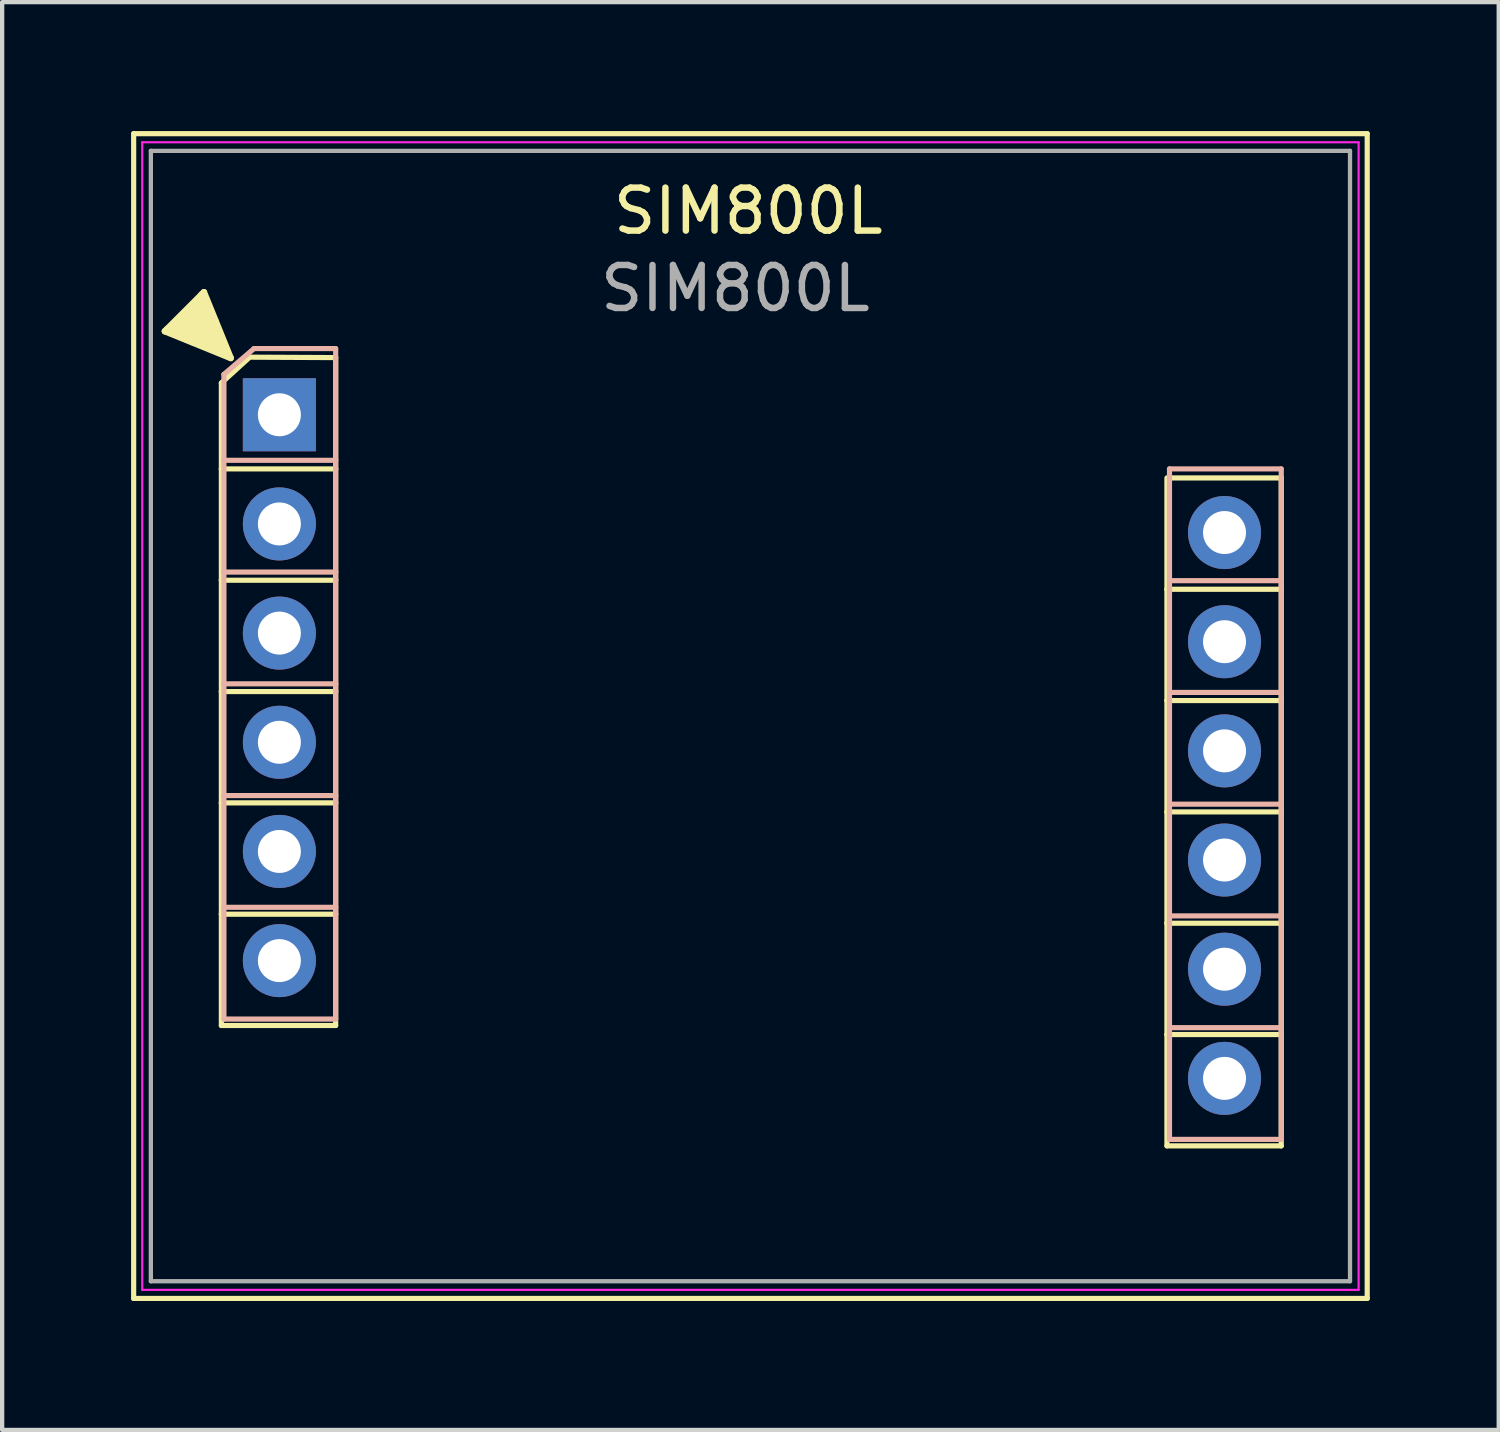
<source format=kicad_pcb>
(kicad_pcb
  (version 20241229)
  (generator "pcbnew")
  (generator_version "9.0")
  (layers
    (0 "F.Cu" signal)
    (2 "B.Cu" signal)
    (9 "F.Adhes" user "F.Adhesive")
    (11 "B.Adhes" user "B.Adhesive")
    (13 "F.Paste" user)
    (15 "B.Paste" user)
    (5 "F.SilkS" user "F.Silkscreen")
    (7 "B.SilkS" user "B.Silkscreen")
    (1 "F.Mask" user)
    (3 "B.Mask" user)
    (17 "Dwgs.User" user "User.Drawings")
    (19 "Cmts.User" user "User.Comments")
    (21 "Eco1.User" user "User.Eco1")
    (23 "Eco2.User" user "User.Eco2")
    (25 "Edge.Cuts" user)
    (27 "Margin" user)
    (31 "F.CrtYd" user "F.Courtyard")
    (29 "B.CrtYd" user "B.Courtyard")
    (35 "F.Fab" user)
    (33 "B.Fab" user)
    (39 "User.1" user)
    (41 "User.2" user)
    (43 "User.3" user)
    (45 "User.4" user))
  (footprint "SIM800L"
    (layer "F.Cu")
    (at 7.76 3.96)
    (property "Reference" "SIM800L" (at 6.6 -2.1 0) (layer "F.SilkS") (effects (font (size 1 1) (thickness 0.15))))
    (attr through_hole)
    (fp_line (start -7.7 -3.9) (end -7.7 23.2) (stroke (width 0.12) (type solid)) (layer "F.SilkS"))
    (fp_line (start -7.7 23.2) (end 21 23.2) (stroke (width 0.12) (type solid)) (layer "F.SilkS"))
    (fp_line (start -5.66 3.9) (end -5.66 1.9) (stroke (width 0.12) (type solid)) (layer "F.SilkS"))
    (fp_line (start -5.66 3.9) (end -3 3.9) (stroke (width 0.12) (type solid)) (layer "F.SilkS"))
    (fp_line (start -5.66 6.49) (end -5.66 3.9) (stroke (width 0.12) (type solid)) (layer "F.SilkS"))
    (fp_line (start -5.66 6.49) (end -3 6.49) (stroke (width 0.12) (type solid)) (layer "F.SilkS"))
    (fp_line (start -5.66 9.08) (end -5.66 6.49) (stroke (width 0.12) (type solid)) (layer "F.SilkS"))
    (fp_line (start -5.66 9.08) (end -3 9.08) (stroke (width 0.12) (type solid)) (layer "F.SilkS"))
    (fp_line (start -5.66 11.67) (end -5.66 9.08) (stroke (width 0.12) (type solid)) (layer "F.SilkS"))
    (fp_line (start -5.66 11.67) (end -3 11.67) (stroke (width 0.12) (type solid)) (layer "F.SilkS"))
    (fp_line (start -5.66 14.26) (end -5.66 11.67) (stroke (width 0.12) (type solid)) (layer "F.SilkS"))
    (fp_line (start -5.66 14.26) (end -3 14.26) (stroke (width 0.12) (type solid)) (layer "F.SilkS"))
    (fp_line (start -5.66 16.85) (end -5.66 14.26) (stroke (width 0.12) (type solid)) (layer "F.SilkS"))
    (fp_line (start -5.66 16.85) (end -3 16.85) (stroke (width 0.12) (type solid)) (layer "F.SilkS"))
    (fp_line (start -5 1.3) (end -5.66 1.9) (stroke (width 0.12) (type solid)) (layer "F.SilkS"))
    (fp_line (start -5 1.3) (end -3 1.31) (stroke (width 0.12) (type solid)) (layer "F.SilkS"))
    (fp_line (start -3 3.9) (end -3 1.3) (stroke (width 0.12) (type solid)) (layer "F.SilkS"))
    (fp_line (start -3 6.49) (end -3 3.89) (stroke (width 0.12) (type solid)) (layer "F.SilkS"))
    (fp_line (start -3 9.08) (end -3 6.48) (stroke (width 0.12) (type solid)) (layer "F.SilkS"))
    (fp_line (start -3 11.67) (end -3 9.07) (stroke (width 0.12) (type solid)) (layer "F.SilkS"))
    (fp_line (start -3 14.26) (end -3 11.66) (stroke (width 0.12) (type solid)) (layer "F.SilkS"))
    (fp_line (start -3 16.85) (end -3 14.25) (stroke (width 0.12) (type solid)) (layer "F.SilkS"))
    (fp_line (start 16.34 6.7) (end 16.34 4.11) (stroke (width 0.12) (type solid)) (layer "F.SilkS"))
    (fp_line (start 16.34 6.7) (end 19 6.7) (stroke (width 0.12) (type solid)) (layer "F.SilkS"))
    (fp_line (start 16.34 9.29) (end 16.34 6.7) (stroke (width 0.12) (type solid)) (layer "F.SilkS"))
    (fp_line (start 16.34 9.29) (end 19 9.29) (stroke (width 0.12) (type solid)) (layer "F.SilkS"))
    (fp_line (start 16.34 11.88) (end 16.34 9.29) (stroke (width 0.12) (type solid)) (layer "F.SilkS"))
    (fp_line (start 16.34 11.88) (end 19 11.88) (stroke (width 0.12) (type solid)) (layer "F.SilkS"))
    (fp_line (start 16.34 14.47) (end 16.34 11.88) (stroke (width 0.12) (type solid)) (layer "F.SilkS"))
    (fp_line (start 16.34 14.47) (end 19 14.47) (stroke (width 0.12) (type solid)) (layer "F.SilkS"))
    (fp_line (start 16.34 17.06) (end 16.34 14.47) (stroke (width 0.12) (type solid)) (layer "F.SilkS"))
    (fp_line (start 16.34 17.06) (end 19 17.06) (stroke (width 0.12) (type solid)) (layer "F.SilkS"))
    (fp_line (start 16.34 19.65) (end 16.34 17.06) (stroke (width 0.12) (type solid)) (layer "F.SilkS"))
    (fp_line (start 16.34 19.65) (end 19 19.65) (stroke (width 0.12) (type solid)) (layer "F.SilkS"))
    (fp_line (start 16.36 4.11) (end 19 4.11) (stroke (width 0.12) (type solid)) (layer "F.SilkS"))
    (fp_line (start 19 6.7) (end 19 4.1) (stroke (width 0.12) (type solid)) (layer "F.SilkS"))
    (fp_line (start 19 9.29) (end 19 6.69) (stroke (width 0.12) (type solid)) (layer "F.SilkS"))
    (fp_line (start 19 11.88) (end 19 9.28) (stroke (width 0.12) (type solid)) (layer "F.SilkS"))
    (fp_line (start 19 14.47) (end 19 11.87) (stroke (width 0.12) (type solid)) (layer "F.SilkS"))
    (fp_line (start 19 17.06) (end 19 14.46) (stroke (width 0.12) (type solid)) (layer "F.SilkS"))
    (fp_line (start 19 19.65) (end 19 17.05) (stroke (width 0.12) (type solid)) (layer "F.SilkS"))
    (fp_line (start 21 -3.9) (end -7.7 -3.9) (stroke (width 0.12) (type solid)) (layer "F.SilkS"))
    (fp_line (start 21 23.2) (end 21 -3.9) (stroke (width 0.12) (type solid)) (layer "F.SilkS"))
    (fp_line (start -5.6 3.7) (end -5.6 1.7) (stroke (width 0.12) (type solid)) (layer "B.SilkS"))
    (fp_line (start -5.6 6.3) (end -5.6 3.7) (stroke (width 0.12) (type solid)) (layer "B.SilkS"))
    (fp_line (start -5.6 8.9) (end -5.6 6.3) (stroke (width 0.12) (type solid)) (layer "B.SilkS"))
    (fp_line (start -5.6 11.5) (end -5.6 8.9) (stroke (width 0.12) (type solid)) (layer "B.SilkS"))
    (fp_line (start -5.6 14.1) (end -5.6 11.5) (stroke (width 0.12) (type solid)) (layer "B.SilkS"))
    (fp_line (start -5.6 16.7) (end -5.6 14.1) (stroke (width 0.12) (type solid)) (layer "B.SilkS"))
    (fp_line (start -4.9 1.1) (end -5.6 1.7) (stroke (width 0.12) (type solid)) (layer "B.SilkS"))
    (fp_line (start -4.9 1.1) (end -3 1.1) (stroke (width 0.12) (type solid)) (layer "B.SilkS"))
    (fp_line (start -3 1.1) (end -3 3.7) (stroke (width 0.12) (type solid)) (layer "B.SilkS"))
    (fp_line (start -3 3.7) (end -5.6 3.7) (stroke (width 0.12) (type solid)) (layer "B.SilkS"))
    (fp_line (start -3 3.7) (end -3 6.3) (stroke (width 0.12) (type solid)) (layer "B.SilkS"))
    (fp_line (start -3 6.3) (end -5.6 6.3) (stroke (width 0.12) (type solid)) (layer "B.SilkS"))
    (fp_line (start -3 6.3) (end -3 8.9) (stroke (width 0.12) (type solid)) (layer "B.SilkS"))
    (fp_line (start -3 8.9) (end -5.6 8.9) (stroke (width 0.12) (type solid)) (layer "B.SilkS"))
    (fp_line (start -3 8.9) (end -3 11.5) (stroke (width 0.12) (type solid)) (layer "B.SilkS"))
    (fp_line (start -3 11.5) (end -5.6 11.5) (stroke (width 0.12) (type solid)) (layer "B.SilkS"))
    (fp_line (start -3 11.5) (end -3 14.1) (stroke (width 0.12) (type solid)) (layer "B.SilkS"))
    (fp_line (start -3 14.1) (end -5.6 14.1) (stroke (width 0.12) (type solid)) (layer "B.SilkS"))
    (fp_line (start -3 14.1) (end -3 16.7) (stroke (width 0.12) (type solid)) (layer "B.SilkS"))
    (fp_line (start -3 16.7) (end -5.6 16.7) (stroke (width 0.12) (type solid)) (layer "B.SilkS"))
    (fp_line (start 16.4 3.9) (end 19 3.9) (stroke (width 0.12) (type solid)) (layer "B.SilkS"))
    (fp_line (start 16.4 6.5) (end 16.4 3.9) (stroke (width 0.12) (type solid)) (layer "B.SilkS"))
    (fp_line (start 16.4 9.1) (end 16.4 6.5) (stroke (width 0.12) (type solid)) (layer "B.SilkS"))
    (fp_line (start 16.4 11.7) (end 16.4 9.1) (stroke (width 0.12) (type solid)) (layer "B.SilkS"))
    (fp_line (start 16.4 14.3) (end 16.4 11.7) (stroke (width 0.12) (type solid)) (layer "B.SilkS"))
    (fp_line (start 16.4 16.9) (end 16.4 14.3) (stroke (width 0.12) (type solid)) (layer "B.SilkS"))
    (fp_line (start 16.4 19.5) (end 16.4 16.9) (stroke (width 0.12) (type solid)) (layer "B.SilkS"))
    (fp_line (start 19 3.9) (end 19 6.5) (stroke (width 0.12) (type solid)) (layer "B.SilkS"))
    (fp_line (start 19 6.5) (end 16.4 6.5) (stroke (width 0.12) (type solid)) (layer "B.SilkS"))
    (fp_line (start 19 6.5) (end 19 9.1) (stroke (width 0.12) (type solid)) (layer "B.SilkS"))
    (fp_line (start 19 9.1) (end 16.4 9.1) (stroke (width 0.12) (type solid)) (layer "B.SilkS"))
    (fp_line (start 19 9.1) (end 19 11.7) (stroke (width 0.12) (type solid)) (layer "B.SilkS"))
    (fp_line (start 19 11.7) (end 16.4 11.7) (stroke (width 0.12) (type solid)) (layer "B.SilkS"))
    (fp_line (start 19 11.7) (end 19 14.3) (stroke (width 0.12) (type solid)) (layer "B.SilkS"))
    (fp_line (start 19 14.3) (end 16.4 14.3) (stroke (width 0.12) (type solid)) (layer "B.SilkS"))
    (fp_line (start 19 14.3) (end 19 16.9) (stroke (width 0.12) (type solid)) (layer "B.SilkS"))
    (fp_line (start 19 16.9) (end 16.4 16.9) (stroke (width 0.12) (type solid)) (layer "B.SilkS"))
    (fp_line (start 19 16.9) (end 19 19.5) (stroke (width 0.12) (type solid)) (layer "B.SilkS"))
    (fp_line (start 19 19.5) (end 16.4 19.5) (stroke (width 0.12) (type solid)) (layer "B.SilkS"))
    (fp_line (start -7.5 23) (end -7.5 -3.7) (stroke (width 0.05) (type solid)) (layer "F.CrtYd"))
    (fp_line (start -7.5 23) (end 20.8 23) (stroke (width 0.05) (type solid)) (layer "F.CrtYd"))
    (fp_line (start 20.8 -3.7) (end -7.5 -3.7) (stroke (width 0.05) (type solid)) (layer "F.CrtYd"))
    (fp_line (start 20.8 -3.7) (end 20.8 23) (stroke (width 0.05) (type solid)) (layer "F.CrtYd"))
    (fp_line (start -7.3 -3.5) (end -7.3 22.8) (stroke (width 0.1) (type solid)) (layer "F.Fab"))
    (fp_line (start -7.3 -3.5) (end 20.6 -3.5) (stroke (width 0.1) (type solid)) (layer "F.Fab"))
    (fp_line (start 20.6 22.8) (end -7.3 22.8) (stroke (width 0.1) (type solid)) (layer "F.Fab"))
    (fp_line (start 20.6 22.8) (end 20.6 -3.5) (stroke (width 0.1) (type solid)) (layer "F.Fab"))
    (fp_text user "▶" (at -5.9 0.7 315) (layer "F.SilkS") (effects (font (size 1.5 2) (thickness 0.15))))
    (fp_text user "${REFERENCE}" (at 6.3 -0.3 0) (layer "F.Fab") (effects (font (size 1 1) (thickness 0.15))))
    (pad "1" thru_hole rect (at -4.31 2.64) (size 1.7 1.7) (drill 1) (layers "*.Cu" "*.Mask"))
    (pad "2" thru_hole oval (at -4.31 5.18) (size 1.7 1.7) (drill 1) (layers "*.Cu" "*.Mask"))
    (pad "3" thru_hole oval (at -4.31 7.72) (size 1.7 1.7) (drill 1) (layers "*.Cu" "*.Mask"))
    (pad "4" thru_hole oval (at -4.31 10.26) (size 1.7 1.7) (drill 1) (layers "*.Cu" "*.Mask"))
    (pad "5" thru_hole oval (at -4.31 12.8) (size 1.7 1.7) (drill 1) (layers "*.Cu" "*.Mask"))
    (pad "6" thru_hole oval (at -4.31 15.34) (size 1.7 1.7) (drill 1) (layers "*.Cu" "*.Mask"))
    (pad "7" thru_hole oval (at 17.68 18.08) (size 1.7 1.7) (drill 1) (layers "*.Cu" "*.Mask"))
    (pad "8" thru_hole oval (at 17.68 15.54) (size 1.7 1.7) (drill 1) (layers "*.Cu" "*.Mask"))
    (pad "9" thru_hole oval (at 17.68 13) (size 1.7 1.7) (drill 1) (layers "*.Cu" "*.Mask"))
    (pad "10" thru_hole oval (at 17.68 10.46) (size 1.7 1.7) (drill 1) (layers "*.Cu" "*.Mask"))
    (pad "11" thru_hole oval (at 17.68 7.92) (size 1.7 1.7) (drill 1) (layers "*.Cu" "*.Mask"))
    (pad "12" thru_hole oval (at 17.68 5.38) (size 1.7 1.7) (drill 1) (layers "*.Cu" "*.Mask")))
  (gr_rect
    (start -3 -3)
    (end 31.82 30.22)
    (stroke (width 0.1) (type default))
    (fill no)
    (layer "Edge.Cuts")))
</source>
